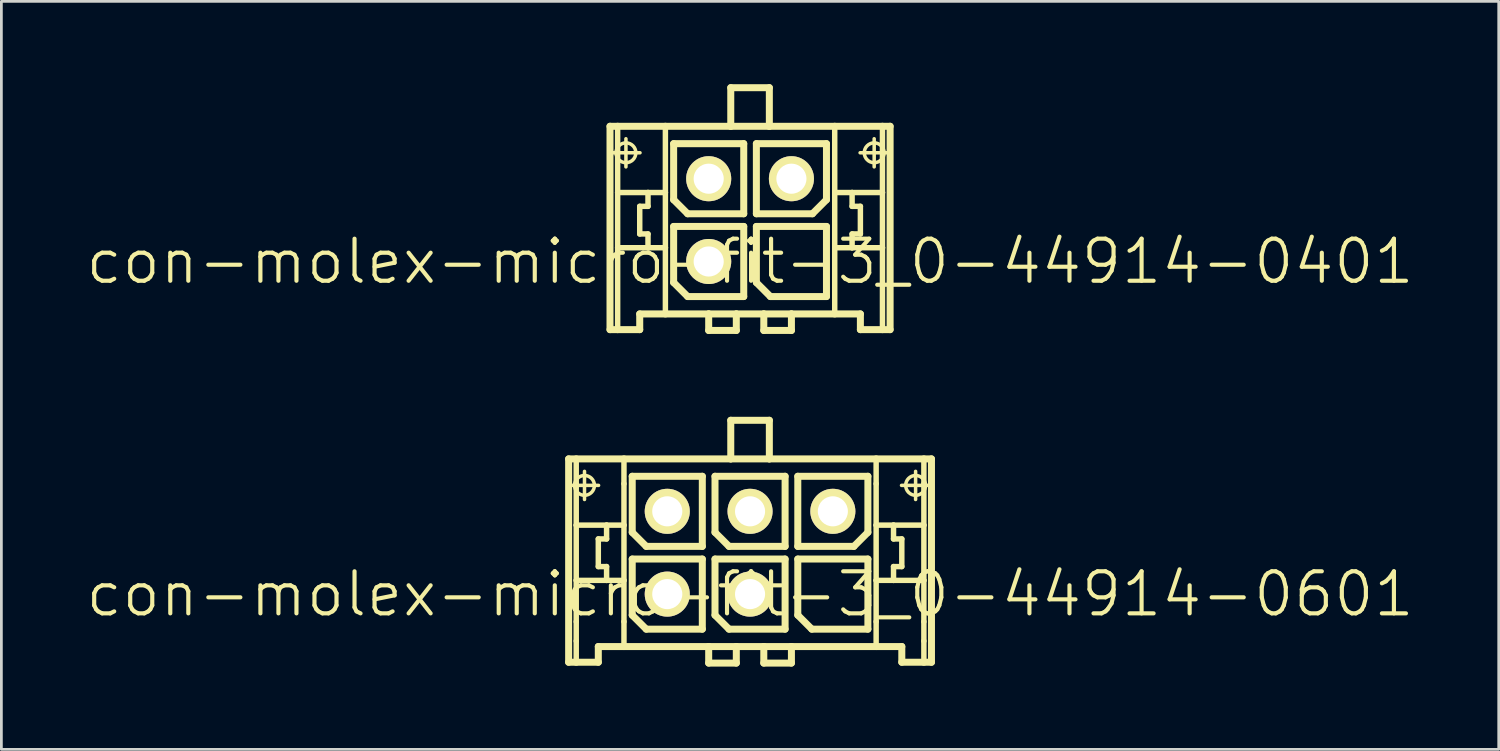
<source format=kicad_pcb>
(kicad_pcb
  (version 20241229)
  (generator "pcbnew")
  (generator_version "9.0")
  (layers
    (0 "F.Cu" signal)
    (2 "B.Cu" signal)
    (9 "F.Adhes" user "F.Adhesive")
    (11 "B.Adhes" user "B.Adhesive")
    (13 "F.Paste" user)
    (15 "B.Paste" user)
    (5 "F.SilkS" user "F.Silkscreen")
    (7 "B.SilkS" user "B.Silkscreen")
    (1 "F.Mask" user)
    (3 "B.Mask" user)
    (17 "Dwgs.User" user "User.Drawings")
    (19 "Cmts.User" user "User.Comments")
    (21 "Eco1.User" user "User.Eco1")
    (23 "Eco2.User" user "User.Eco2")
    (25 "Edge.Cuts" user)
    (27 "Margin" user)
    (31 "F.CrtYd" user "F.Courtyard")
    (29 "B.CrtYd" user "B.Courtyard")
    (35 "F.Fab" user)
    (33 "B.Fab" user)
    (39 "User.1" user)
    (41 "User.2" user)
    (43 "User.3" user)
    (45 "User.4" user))
  (footprint "con-molex-micro-fit-3_0-44914-0401"
    (layer "F.Cu")
    (at 24.13 6.426)
    (property "Reference" "con-molex-micro-fit-3_0-44914-0401" (at 0 0 0) (layer "F.SilkS") (effects (font (size 1.524 1.524) (thickness 0.15))))
    (attr exclude_from_pos_files exclude_from_bom)
    (fp_line (start -5.075 -4.9) (end -4.798 -4.9) (stroke (width 0.254) (type solid)) (layer "F.SilkS"))
    (fp_line (start -5.075 2.469) (end -5.075 -4.9) (stroke (width 0.254) (type solid)) (layer "F.SilkS"))
    (fp_line (start -5.009 -3.94) (end -3.988 -3.94) (stroke (width 0.127) (type solid)) (layer "F.SilkS"))
    (fp_line (start -4.798 -4.9) (end -3.068 -4.9) (stroke (width 0.254) (type solid)) (layer "F.SilkS"))
    (fp_line (start -4.798 -2.499) (end -4.798 -4.9) (stroke (width 0.198) (type solid)) (layer "F.SilkS"))
    (fp_line (start -4.798 -0.498) (end -4.798 -2.499) (stroke (width 0.198) (type solid)) (layer "F.SilkS"))
    (fp_line (start -4.798 2.469) (end -5.075 2.469) (stroke (width 0.254) (type solid)) (layer "F.SilkS"))
    (fp_line (start -4.798 2.469) (end -4.798 -0.498) (stroke (width 0.198) (type solid)) (layer "F.SilkS"))
    (fp_line (start -4.498 -3.429) (end -4.498 -4.448) (stroke (width 0.127) (type solid)) (layer "F.SilkS"))
    (fp_line (start -3.998 -1.999) (end -3.998 -0.998) (stroke (width 0.198) (type solid)) (layer "F.SilkS"))
    (fp_line (start -3.998 -0.998) (end -3.698 -0.998) (stroke (width 0.198) (type solid)) (layer "F.SilkS"))
    (fp_line (start -3.998 1.9) (end -3.998 2.469) (stroke (width 0.254) (type solid)) (layer "F.SilkS"))
    (fp_line (start -3.998 2.469) (end -4.798 2.469) (stroke (width 0.254) (type solid)) (layer "F.SilkS"))
    (fp_line (start -3.698 -2.499) (end -4.798 -2.499) (stroke (width 0.198) (type solid)) (layer "F.SilkS"))
    (fp_line (start -3.698 -2.499) (end -3.698 -1.999) (stroke (width 0.198) (type solid)) (layer "F.SilkS"))
    (fp_line (start -3.698 -1.999) (end -3.998 -1.999) (stroke (width 0.198) (type solid)) (layer "F.SilkS"))
    (fp_line (start -3.698 -0.998) (end -3.698 -0.498) (stroke (width 0.198) (type solid)) (layer "F.SilkS"))
    (fp_line (start -3.698 -0.498) (end -4.798 -0.498) (stroke (width 0.198) (type solid)) (layer "F.SilkS"))
    (fp_line (start -3.068 -4.9) (end -0.699 -4.9) (stroke (width 0.254) (type solid)) (layer "F.SilkS"))
    (fp_line (start -3.068 -2.499) (end -3.698 -2.499) (stroke (width 0.198) (type solid)) (layer "F.SilkS"))
    (fp_line (start -3.068 -2.499) (end -3.068 -4.9) (stroke (width 0.198) (type solid)) (layer "F.SilkS"))
    (fp_line (start -3.068 -0.498) (end -3.698 -0.498) (stroke (width 0.198) (type solid)) (layer "F.SilkS"))
    (fp_line (start -3.068 -0.498) (end -3.068 -2.499) (stroke (width 0.198) (type solid)) (layer "F.SilkS"))
    (fp_line (start -3.068 1.9) (end -3.998 1.9) (stroke (width 0.254) (type solid)) (layer "F.SilkS"))
    (fp_line (start -3.068 1.9) (end -3.068 -0.498) (stroke (width 0.198) (type solid)) (layer "F.SilkS"))
    (fp_line (start -2.769 -4.27) (end -0.229 -4.27) (stroke (width 0.254) (type solid)) (layer "F.SilkS"))
    (fp_line (start -2.769 -2.238) (end -2.769 -4.27) (stroke (width 0.254) (type solid)) (layer "F.SilkS"))
    (fp_line (start -2.769 -1.27) (end -0.229 -1.27) (stroke (width 0.254) (type solid)) (layer "F.SilkS"))
    (fp_line (start -2.769 0.762) (end -2.769 -1.27) (stroke (width 0.254) (type solid)) (layer "F.SilkS"))
    (fp_line (start -2.261 -1.73) (end -2.769 -2.238) (stroke (width 0.254) (type solid)) (layer "F.SilkS"))
    (fp_line (start -2.261 1.27) (end -2.769 0.762) (stroke (width 0.254) (type solid)) (layer "F.SilkS"))
    (fp_line (start -1.499 1.9) (end -3.068 1.9) (stroke (width 0.254) (type solid)) (layer "F.SilkS"))
    (fp_line (start -1.499 1.9) (end -1.499 2.499) (stroke (width 0.254) (type solid)) (layer "F.SilkS"))
    (fp_line (start -1.499 2.499) (end -0.498 2.499) (stroke (width 0.254) (type solid)) (layer "F.SilkS"))
    (fp_line (start -0.699 -6.299) (end -0.699 -4.9) (stroke (width 0.254) (type solid)) (layer "F.SilkS"))
    (fp_line (start -0.699 -6.299) (end 0.699 -6.299) (stroke (width 0.254) (type solid)) (layer "F.SilkS"))
    (fp_line (start -0.699 -4.9) (end 0.699 -4.9) (stroke (width 0.254) (type solid)) (layer "F.SilkS"))
    (fp_line (start -0.498 1.9) (end -1.499 1.9) (stroke (width 0.254) (type solid)) (layer "F.SilkS"))
    (fp_line (start -0.498 2.499) (end -0.498 1.9) (stroke (width 0.254) (type solid)) (layer "F.SilkS"))
    (fp_line (start -0.229 -4.27) (end -0.229 -1.73) (stroke (width 0.254) (type solid)) (layer "F.SilkS"))
    (fp_line (start -0.229 -1.73) (end -2.261 -1.73) (stroke (width 0.254) (type solid)) (layer "F.SilkS"))
    (fp_line (start -0.229 -1.27) (end -0.229 1.27) (stroke (width 0.254) (type solid)) (layer "F.SilkS"))
    (fp_line (start -0.229 1.27) (end -2.261 1.27) (stroke (width 0.254) (type solid)) (layer "F.SilkS"))
    (fp_line (start 0.229 -4.27) (end 0.229 -1.73) (stroke (width 0.254) (type solid)) (layer "F.SilkS"))
    (fp_line (start 0.229 -1.73) (end 2.261 -1.73) (stroke (width 0.254) (type solid)) (layer "F.SilkS"))
    (fp_line (start 0.229 -1.27) (end 2.769 -1.27) (stroke (width 0.254) (type solid)) (layer "F.SilkS"))
    (fp_line (start 0.229 0.762) (end 0.229 -1.27) (stroke (width 0.254) (type solid)) (layer "F.SilkS"))
    (fp_line (start 0.498 1.9) (end -0.498 1.9) (stroke (width 0.254) (type solid)) (layer "F.SilkS"))
    (fp_line (start 0.498 1.9) (end 0.498 2.499) (stroke (width 0.254) (type solid)) (layer "F.SilkS"))
    (fp_line (start 0.498 2.499) (end 1.499 2.499) (stroke (width 0.254) (type solid)) (layer "F.SilkS"))
    (fp_line (start 0.699 -6.299) (end 0.699 -4.9) (stroke (width 0.254) (type solid)) (layer "F.SilkS"))
    (fp_line (start 0.699 -4.9) (end 3.068 -4.9) (stroke (width 0.254) (type solid)) (layer "F.SilkS"))
    (fp_line (start 0.737 1.27) (end 0.229 0.762) (stroke (width 0.254) (type solid)) (layer "F.SilkS"))
    (fp_line (start 1.499 1.9) (end 0.498 1.9) (stroke (width 0.254) (type solid)) (layer "F.SilkS"))
    (fp_line (start 1.499 2.499) (end 1.499 1.9) (stroke (width 0.254) (type solid)) (layer "F.SilkS"))
    (fp_line (start 2.261 -1.73) (end 2.769 -2.238) (stroke (width 0.254) (type solid)) (layer "F.SilkS"))
    (fp_line (start 2.769 -4.27) (end 0.229 -4.27) (stroke (width 0.254) (type solid)) (layer "F.SilkS"))
    (fp_line (start 2.769 -2.238) (end 2.769 -4.27) (stroke (width 0.254) (type solid)) (layer "F.SilkS"))
    (fp_line (start 2.769 -1.27) (end 2.769 1.27) (stroke (width 0.254) (type solid)) (layer "F.SilkS"))
    (fp_line (start 2.769 1.27) (end 0.737 1.27) (stroke (width 0.254) (type solid)) (layer "F.SilkS"))
    (fp_line (start 3.068 -4.9) (end 3.068 -2.499) (stroke (width 0.198) (type solid)) (layer "F.SilkS"))
    (fp_line (start 3.068 -4.9) (end 4.798 -4.9) (stroke (width 0.254) (type solid)) (layer "F.SilkS"))
    (fp_line (start 3.068 -2.499) (end 3.068 -0.498) (stroke (width 0.198) (type solid)) (layer "F.SilkS"))
    (fp_line (start 3.068 -2.499) (end 3.698 -2.499) (stroke (width 0.198) (type solid)) (layer "F.SilkS"))
    (fp_line (start 3.068 -0.498) (end 3.068 1.9) (stroke (width 0.198) (type solid)) (layer "F.SilkS"))
    (fp_line (start 3.068 -0.498) (end 3.698 -0.498) (stroke (width 0.198) (type solid)) (layer "F.SilkS"))
    (fp_line (start 3.068 1.9) (end 1.499 1.9) (stroke (width 0.254) (type solid)) (layer "F.SilkS"))
    (fp_line (start 3.698 -2.499) (end 3.698 -1.999) (stroke (width 0.198) (type solid)) (layer "F.SilkS"))
    (fp_line (start 3.698 -2.499) (end 4.798 -2.499) (stroke (width 0.198) (type solid)) (layer "F.SilkS"))
    (fp_line (start 3.698 -1.999) (end 3.998 -1.999) (stroke (width 0.198) (type solid)) (layer "F.SilkS"))
    (fp_line (start 3.698 -0.998) (end 3.698 -0.498) (stroke (width 0.198) (type solid)) (layer "F.SilkS"))
    (fp_line (start 3.698 -0.498) (end 4.798 -0.498) (stroke (width 0.198) (type solid)) (layer "F.SilkS"))
    (fp_line (start 3.988 -3.94) (end 5.009 -3.94) (stroke (width 0.127) (type solid)) (layer "F.SilkS"))
    (fp_line (start 3.998 -1.999) (end 3.998 -0.998) (stroke (width 0.198) (type solid)) (layer "F.SilkS"))
    (fp_line (start 3.998 -0.998) (end 3.698 -0.998) (stroke (width 0.198) (type solid)) (layer "F.SilkS"))
    (fp_line (start 3.998 1.9) (end 3.068 1.9) (stroke (width 0.254) (type solid)) (layer "F.SilkS"))
    (fp_line (start 3.998 2.469) (end 3.998 1.9) (stroke (width 0.254) (type solid)) (layer "F.SilkS"))
    (fp_line (start 3.998 2.469) (end 4.798 2.469) (stroke (width 0.254) (type solid)) (layer "F.SilkS"))
    (fp_line (start 4.498 -3.429) (end 4.498 -4.448) (stroke (width 0.127) (type solid)) (layer "F.SilkS"))
    (fp_line (start 4.798 -4.9) (end 5.075 -4.9) (stroke (width 0.254) (type solid)) (layer "F.SilkS"))
    (fp_line (start 4.798 -2.499) (end 4.798 -4.9) (stroke (width 0.198) (type solid)) (layer "F.SilkS"))
    (fp_line (start 4.798 -0.498) (end 4.798 -2.499) (stroke (width 0.198) (type solid)) (layer "F.SilkS"))
    (fp_line (start 4.798 2.469) (end 4.798 -0.498) (stroke (width 0.198) (type solid)) (layer "F.SilkS"))
    (fp_line (start 4.798 2.469) (end 5.075 2.469) (stroke (width 0.254) (type solid)) (layer "F.SilkS"))
    (fp_line (start 5.075 -4.9) (end 5.075 2.469) (stroke (width 0.254) (type solid)) (layer "F.SilkS"))
    (fp_circle (center -4.498 -3.94) (end -4.752 -4.194) (stroke (width 0.127) (type solid)) (fill no) (layer "F.SilkS"))
    (fp_circle (center 4.498 -3.94) (end 4.752 -4.194) (stroke (width 0.127) (type solid)) (fill no) (layer "F.SilkS"))
    (pad "P$1" thru_hole rect (at 1.499 0) (size 0.001 0.001) (drill 1.09) (layers "*.Cu" "F.Mask" "F.SilkS" "F.Paste"))
    (pad "P$2" thru_hole circle (at -1.499 0) (size 1.633 1.633) (drill 1.09) (layers "*.Cu" "F.Mask" "F.SilkS" "F.Paste"))
    (pad "P$3" thru_hole circle (at 1.499 -3) (size 1.633 1.633) (drill 1.09) (layers "*.Cu" "F.Mask" "F.SilkS" "F.Paste"))
    (pad "P$4" thru_hole circle (at -1.499 -3) (size 1.633 1.633) (drill 1.09) (layers "*.Cu" "F.Mask" "F.SilkS" "F.Paste")))
  (footprint "con-molex-micro-fit-3_0-44914-0601"
    (layer "F.Cu")
    (at 24.13 18.479)
    (property "Reference" "con-molex-micro-fit-3_0-44914-0601" (at 0 0 0) (layer "F.SilkS") (effects (font (size 1.524 1.524) (thickness 0.15))))
    (attr exclude_from_pos_files exclude_from_bom)
    (fp_line (start -6.574 -4.9) (end -6.299 -4.9) (stroke (width 0.254) (type solid)) (layer "F.SilkS"))
    (fp_line (start -6.574 2.469) (end -6.574 -4.9) (stroke (width 0.254) (type solid)) (layer "F.SilkS"))
    (fp_line (start -6.507 -3.94) (end -5.489 -3.94) (stroke (width 0.127) (type solid)) (layer "F.SilkS"))
    (fp_line (start -6.299 -4.9) (end -4.569 -4.9) (stroke (width 0.254) (type solid)) (layer "F.SilkS"))
    (fp_line (start -6.299 -3.998) (end -6.299 -4.9) (stroke (width 0.198) (type solid)) (layer "F.SilkS"))
    (fp_line (start -6.299 -2.499) (end -6.299 -3.998) (stroke (width 0.198) (type solid)) (layer "F.SilkS"))
    (fp_line (start -6.299 -0.498) (end -6.299 -2.499) (stroke (width 0.198) (type solid)) (layer "F.SilkS"))
    (fp_line (start -6.299 0.998) (end -6.299 -0.498) (stroke (width 0.198) (type solid)) (layer "F.SilkS"))
    (fp_line (start -6.299 1.699) (end -6.299 0.998) (stroke (width 0.198) (type solid)) (layer "F.SilkS"))
    (fp_line (start -6.299 2.469) (end -6.574 2.469) (stroke (width 0.254) (type solid)) (layer "F.SilkS"))
    (fp_line (start -6.299 2.469) (end -6.299 1.699) (stroke (width 0.198) (type solid)) (layer "F.SilkS"))
    (fp_line (start -5.999 -3.429) (end -5.999 -4.448) (stroke (width 0.127) (type solid)) (layer "F.SilkS"))
    (fp_line (start -5.499 -1.999) (end -5.499 -0.998) (stroke (width 0.198) (type solid)) (layer "F.SilkS"))
    (fp_line (start -5.499 -0.998) (end -5.199 -0.998) (stroke (width 0.198) (type solid)) (layer "F.SilkS"))
    (fp_line (start -5.499 1.9) (end -5.499 2.469) (stroke (width 0.254) (type solid)) (layer "F.SilkS"))
    (fp_line (start -5.499 2.469) (end -6.299 2.469) (stroke (width 0.254) (type solid)) (layer "F.SilkS"))
    (fp_line (start -5.199 -2.499) (end -6.299 -2.499) (stroke (width 0.198) (type solid)) (layer "F.SilkS"))
    (fp_line (start -5.199 -2.499) (end -5.199 -1.999) (stroke (width 0.198) (type solid)) (layer "F.SilkS"))
    (fp_line (start -5.199 -1.999) (end -5.499 -1.999) (stroke (width 0.198) (type solid)) (layer "F.SilkS"))
    (fp_line (start -5.199 -0.998) (end -5.199 -0.498) (stroke (width 0.198) (type solid)) (layer "F.SilkS"))
    (fp_line (start -5.199 -0.498) (end -6.299 -0.498) (stroke (width 0.198) (type solid)) (layer "F.SilkS"))
    (fp_line (start -4.569 -4.9) (end -0.699 -4.9) (stroke (width 0.254) (type solid)) (layer "F.SilkS"))
    (fp_line (start -4.569 -3.998) (end -4.569 -4.9) (stroke (width 0.198) (type solid)) (layer "F.SilkS"))
    (fp_line (start -4.569 -2.499) (end -5.199 -2.499) (stroke (width 0.198) (type solid)) (layer "F.SilkS"))
    (fp_line (start -4.569 -2.499) (end -4.569 -3.998) (stroke (width 0.198) (type solid)) (layer "F.SilkS"))
    (fp_line (start -4.569 -0.498) (end -5.199 -0.498) (stroke (width 0.198) (type solid)) (layer "F.SilkS"))
    (fp_line (start -4.569 -0.498) (end -4.569 -2.499) (stroke (width 0.198) (type solid)) (layer "F.SilkS"))
    (fp_line (start -4.569 0.998) (end -4.569 -0.498) (stroke (width 0.198) (type solid)) (layer "F.SilkS"))
    (fp_line (start -4.569 1.9) (end -5.499 1.9) (stroke (width 0.254) (type solid)) (layer "F.SilkS"))
    (fp_line (start -4.569 1.9) (end -4.569 0.998) (stroke (width 0.198) (type solid)) (layer "F.SilkS"))
    (fp_line (start -4.27 -4.27) (end -1.73 -4.27) (stroke (width 0.254) (type solid)) (layer "F.SilkS"))
    (fp_line (start -4.27 -2.238) (end -4.27 -4.27) (stroke (width 0.254) (type solid)) (layer "F.SilkS"))
    (fp_line (start -4.27 -1.27) (end -1.73 -1.27) (stroke (width 0.254) (type solid)) (layer "F.SilkS"))
    (fp_line (start -4.27 0.762) (end -4.27 -1.27) (stroke (width 0.254) (type solid)) (layer "F.SilkS"))
    (fp_line (start -3.762 -1.73) (end -4.27 -2.238) (stroke (width 0.254) (type solid)) (layer "F.SilkS"))
    (fp_line (start -3.762 1.27) (end -4.27 0.762) (stroke (width 0.254) (type solid)) (layer "F.SilkS"))
    (fp_line (start -1.73 -4.27) (end -1.73 -1.73) (stroke (width 0.254) (type solid)) (layer "F.SilkS"))
    (fp_line (start -1.73 -1.73) (end -3.762 -1.73) (stroke (width 0.254) (type solid)) (layer "F.SilkS"))
    (fp_line (start -1.73 -1.27) (end -1.73 1.27) (stroke (width 0.254) (type solid)) (layer "F.SilkS"))
    (fp_line (start -1.73 1.27) (end -3.762 1.27) (stroke (width 0.254) (type solid)) (layer "F.SilkS"))
    (fp_line (start -1.499 1.9) (end -4.569 1.9) (stroke (width 0.254) (type solid)) (layer "F.SilkS"))
    (fp_line (start -1.499 1.9) (end -1.499 2.499) (stroke (width 0.254) (type solid)) (layer "F.SilkS"))
    (fp_line (start -1.499 2.499) (end -0.498 2.499) (stroke (width 0.254) (type solid)) (layer "F.SilkS"))
    (fp_line (start -1.27 -4.27) (end 1.27 -4.27) (stroke (width 0.254) (type solid)) (layer "F.SilkS"))
    (fp_line (start -1.27 -2.238) (end -1.27 -4.27) (stroke (width 0.254) (type solid)) (layer "F.SilkS"))
    (fp_line (start -1.27 -1.27) (end 1.27 -1.27) (stroke (width 0.254) (type solid)) (layer "F.SilkS"))
    (fp_line (start -1.27 0.762) (end -1.27 -1.27) (stroke (width 0.254) (type solid)) (layer "F.SilkS"))
    (fp_line (start -0.762 -1.73) (end -1.27 -2.238) (stroke (width 0.254) (type solid)) (layer "F.SilkS"))
    (fp_line (start -0.762 1.27) (end -1.27 0.762) (stroke (width 0.254) (type solid)) (layer "F.SilkS"))
    (fp_line (start -0.699 -6.299) (end -0.699 -4.9) (stroke (width 0.254) (type solid)) (layer "F.SilkS"))
    (fp_line (start -0.699 -6.299) (end 0.699 -6.299) (stroke (width 0.254) (type solid)) (layer "F.SilkS"))
    (fp_line (start -0.699 -4.9) (end 0.699 -4.9) (stroke (width 0.254) (type solid)) (layer "F.SilkS"))
    (fp_line (start -0.498 1.9) (end -1.499 1.9) (stroke (width 0.254) (type solid)) (layer "F.SilkS"))
    (fp_line (start -0.498 2.499) (end -0.498 1.9) (stroke (width 0.254) (type solid)) (layer "F.SilkS"))
    (fp_line (start 0.498 1.9) (end -0.498 1.9) (stroke (width 0.254) (type solid)) (layer "F.SilkS"))
    (fp_line (start 0.498 1.9) (end 0.498 2.499) (stroke (width 0.254) (type solid)) (layer "F.SilkS"))
    (fp_line (start 0.498 2.499) (end 1.499 2.499) (stroke (width 0.254) (type solid)) (layer "F.SilkS"))
    (fp_line (start 0.699 -6.299) (end 0.699 -4.9) (stroke (width 0.254) (type solid)) (layer "F.SilkS"))
    (fp_line (start 0.699 -4.9) (end 4.569 -4.9) (stroke (width 0.254) (type solid)) (layer "F.SilkS"))
    (fp_line (start 1.27 -4.27) (end 1.27 -1.73) (stroke (width 0.254) (type solid)) (layer "F.SilkS"))
    (fp_line (start 1.27 -1.73) (end -0.762 -1.73) (stroke (width 0.254) (type solid)) (layer "F.SilkS"))
    (fp_line (start 1.27 -1.27) (end 1.27 1.27) (stroke (width 0.254) (type solid)) (layer "F.SilkS"))
    (fp_line (start 1.27 1.27) (end -0.762 1.27) (stroke (width 0.254) (type solid)) (layer "F.SilkS"))
    (fp_line (start 1.499 1.9) (end 0.498 1.9) (stroke (width 0.254) (type solid)) (layer "F.SilkS"))
    (fp_line (start 1.499 2.499) (end 1.499 1.9) (stroke (width 0.254) (type solid)) (layer "F.SilkS"))
    (fp_line (start 1.73 -4.27) (end 1.73 -1.73) (stroke (width 0.254) (type solid)) (layer "F.SilkS"))
    (fp_line (start 1.73 -1.73) (end 3.762 -1.73) (stroke (width 0.254) (type solid)) (layer "F.SilkS"))
    (fp_line (start 1.73 -1.27) (end 4.27 -1.27) (stroke (width 0.254) (type solid)) (layer "F.SilkS"))
    (fp_line (start 1.73 0.762) (end 1.73 -1.27) (stroke (width 0.254) (type solid)) (layer "F.SilkS"))
    (fp_line (start 2.238 1.27) (end 1.73 0.762) (stroke (width 0.254) (type solid)) (layer "F.SilkS"))
    (fp_line (start 3.762 -1.73) (end 4.27 -2.238) (stroke (width 0.254) (type solid)) (layer "F.SilkS"))
    (fp_line (start 4.27 -4.27) (end 1.73 -4.27) (stroke (width 0.254) (type solid)) (layer "F.SilkS"))
    (fp_line (start 4.27 -2.238) (end 4.27 -4.27) (stroke (width 0.254) (type solid)) (layer "F.SilkS"))
    (fp_line (start 4.27 -1.27) (end 4.27 1.27) (stroke (width 0.254) (type solid)) (layer "F.SilkS"))
    (fp_line (start 4.27 1.27) (end 2.238 1.27) (stroke (width 0.254) (type solid)) (layer "F.SilkS"))
    (fp_line (start 4.569 -4.9) (end 4.569 -3.998) (stroke (width 0.198) (type solid)) (layer "F.SilkS"))
    (fp_line (start 4.569 -4.9) (end 6.299 -4.9) (stroke (width 0.254) (type solid)) (layer "F.SilkS"))
    (fp_line (start 4.569 -3.998) (end 4.569 -2.499) (stroke (width 0.198) (type solid)) (layer "F.SilkS"))
    (fp_line (start 4.569 -2.499) (end 4.569 -0.498) (stroke (width 0.198) (type solid)) (layer "F.SilkS"))
    (fp_line (start 4.569 -2.499) (end 5.199 -2.499) (stroke (width 0.198) (type solid)) (layer "F.SilkS"))
    (fp_line (start 4.569 -0.498) (end 4.569 0.998) (stroke (width 0.198) (type solid)) (layer "F.SilkS"))
    (fp_line (start 4.569 -0.498) (end 5.199 -0.498) (stroke (width 0.198) (type solid)) (layer "F.SilkS"))
    (fp_line (start 4.569 0.998) (end 4.569 1.9) (stroke (width 0.198) (type solid)) (layer "F.SilkS"))
    (fp_line (start 4.569 1.9) (end 1.499 1.9) (stroke (width 0.254) (type solid)) (layer "F.SilkS"))
    (fp_line (start 5.199 -2.499) (end 5.199 -1.999) (stroke (width 0.198) (type solid)) (layer "F.SilkS"))
    (fp_line (start 5.199 -2.499) (end 6.299 -2.499) (stroke (width 0.198) (type solid)) (layer "F.SilkS"))
    (fp_line (start 5.199 -1.999) (end 5.499 -1.999) (stroke (width 0.198) (type solid)) (layer "F.SilkS"))
    (fp_line (start 5.199 -0.998) (end 5.199 -0.498) (stroke (width 0.198) (type solid)) (layer "F.SilkS"))
    (fp_line (start 5.199 -0.498) (end 6.299 -0.498) (stroke (width 0.198) (type solid)) (layer "F.SilkS"))
    (fp_line (start 5.489 -3.94) (end 6.507 -3.94) (stroke (width 0.127) (type solid)) (layer "F.SilkS"))
    (fp_line (start 5.499 -1.999) (end 5.499 -0.998) (stroke (width 0.198) (type solid)) (layer "F.SilkS"))
    (fp_line (start 5.499 -0.998) (end 5.199 -0.998) (stroke (width 0.198) (type solid)) (layer "F.SilkS"))
    (fp_line (start 5.499 1.9) (end 4.569 1.9) (stroke (width 0.254) (type solid)) (layer "F.SilkS"))
    (fp_line (start 5.499 2.469) (end 5.499 1.9) (stroke (width 0.254) (type solid)) (layer "F.SilkS"))
    (fp_line (start 5.499 2.469) (end 6.299 2.469) (stroke (width 0.254) (type solid)) (layer "F.SilkS"))
    (fp_line (start 5.999 -3.429) (end 5.999 -4.448) (stroke (width 0.127) (type solid)) (layer "F.SilkS"))
    (fp_line (start 6.299 -4.9) (end 6.574 -4.9) (stroke (width 0.254) (type solid)) (layer "F.SilkS"))
    (fp_line (start 6.299 -3.998) (end 6.299 -4.9) (stroke (width 0.198) (type solid)) (layer "F.SilkS"))
    (fp_line (start 6.299 -2.499) (end 6.299 -3.998) (stroke (width 0.198) (type solid)) (layer "F.SilkS"))
    (fp_line (start 6.299 -0.498) (end 6.299 -2.499) (stroke (width 0.198) (type solid)) (layer "F.SilkS"))
    (fp_line (start 6.299 0.998) (end 6.299 -0.498) (stroke (width 0.198) (type solid)) (layer "F.SilkS"))
    (fp_line (start 6.299 1.699) (end 6.299 0.998) (stroke (width 0.198) (type solid)) (layer "F.SilkS"))
    (fp_line (start 6.299 2.469) (end 6.299 1.699) (stroke (width 0.198) (type solid)) (layer "F.SilkS"))
    (fp_line (start 6.299 2.469) (end 6.574 2.469) (stroke (width 0.254) (type solid)) (layer "F.SilkS"))
    (fp_line (start 6.574 -4.9) (end 6.574 2.469) (stroke (width 0.254) (type solid)) (layer "F.SilkS"))
    (fp_circle (center -5.999 -3.94) (end -6.253 -4.194) (stroke (width 0.127) (type solid)) (fill no) (layer "F.SilkS"))
    (fp_circle (center 5.999 -3.94) (end 6.253 -4.194) (stroke (width 0.127) (type solid)) (fill no) (layer "F.SilkS"))
    (pad "P$1" thru_hole rect (at 3 0) (size 0.001 0.001) (drill 1.09) (layers "*.Cu" "F.Mask" "F.SilkS" "F.Paste"))
    (pad "P$2" thru_hole circle (at 0 0) (size 1.633 1.633) (drill 1.09) (layers "*.Cu" "F.Mask" "F.SilkS" "F.Paste"))
    (pad "P$3" thru_hole circle (at -3 0) (size 1.633 1.633) (drill 1.09) (layers "*.Cu" "F.Mask" "F.SilkS" "F.Paste"))
    (pad "P$4" thru_hole circle (at 3 -3) (size 1.633 1.633) (drill 1.09) (layers "*.Cu" "F.Mask" "F.SilkS" "F.Paste"))
    (pad "P$5" thru_hole circle (at 0 -3) (size 1.633 1.633) (drill 1.09) (layers "*.Cu" "F.Mask" "F.SilkS" "F.Paste"))
    (pad "P$6" thru_hole circle (at -3 -3) (size 1.633 1.633) (drill 1.09) (layers "*.Cu" "F.Mask" "F.SilkS" "F.Paste")))
  (gr_rect
    (start -3 -3)
    (end 51.26 24.105)
    (stroke (width 0.1) (type default))
    (fill no)
    (layer "Edge.Cuts")))
</source>
